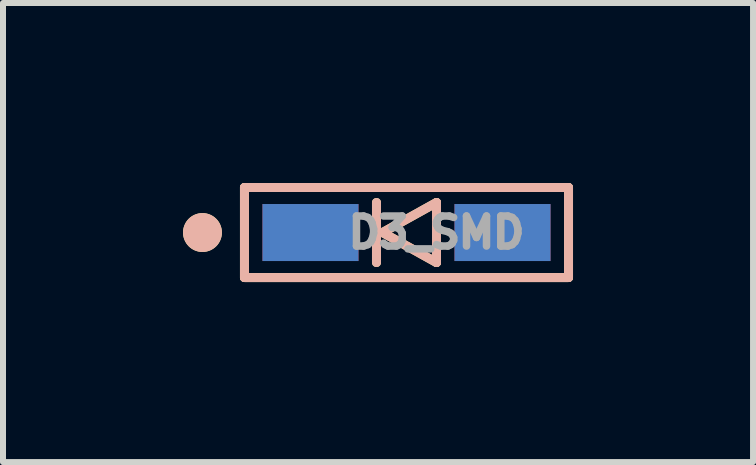
<source format=kicad_pcb>
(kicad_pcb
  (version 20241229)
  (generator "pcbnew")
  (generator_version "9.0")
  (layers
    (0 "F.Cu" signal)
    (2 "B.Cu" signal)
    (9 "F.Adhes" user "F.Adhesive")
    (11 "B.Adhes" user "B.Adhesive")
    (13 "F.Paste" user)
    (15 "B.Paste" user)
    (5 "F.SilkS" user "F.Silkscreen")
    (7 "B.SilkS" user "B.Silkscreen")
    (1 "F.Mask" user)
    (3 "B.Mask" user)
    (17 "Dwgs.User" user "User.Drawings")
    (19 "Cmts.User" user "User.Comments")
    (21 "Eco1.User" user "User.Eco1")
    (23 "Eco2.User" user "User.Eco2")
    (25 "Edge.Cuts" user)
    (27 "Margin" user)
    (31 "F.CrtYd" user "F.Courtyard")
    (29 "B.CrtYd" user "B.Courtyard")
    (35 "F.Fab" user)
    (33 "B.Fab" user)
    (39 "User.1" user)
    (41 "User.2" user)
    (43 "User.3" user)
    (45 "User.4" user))
  (footprint "D3_SMD"
    (layer "F.Cu")
    (at 3.724 0.825)
    (property "Reference" "D3_SMD" (at 0.5 0 0) (layer "F.Fab") (effects (font (size 0.5 0.5) (thickness 0.125))))
    (attr smd)
    (fp_line (start -2.7 -0.75) (end -2.7 0.75) (stroke (width 0.15) (type solid)) (layer "F.SilkS"))
    (fp_line (start -2.7 0.75) (end 2.7 0.75) (stroke (width 0.15) (type solid)) (layer "F.SilkS"))
    (fp_line (start -0.5 -0.5) (end -0.5 0.5) (stroke (width 0.15) (type solid)) (layer "F.SilkS"))
    (fp_line (start -0.4 0) (end 0.5 -0.5) (stroke (width 0.15) (type solid)) (layer "F.SilkS"))
    (fp_line (start 0.5 -0.5) (end 0.5 0.5) (stroke (width 0.15) (type solid)) (layer "F.SilkS"))
    (fp_line (start 0.5 0.5) (end -0.4 0) (stroke (width 0.15) (type solid)) (layer "F.SilkS"))
    (fp_line (start 2.7 -0.75) (end -2.7 -0.75) (stroke (width 0.15) (type solid)) (layer "F.SilkS"))
    (fp_line (start 2.7 -0.75) (end 2.7 0.75) (stroke (width 0.15) (type solid)) (layer "F.SilkS"))
    (fp_circle (center -3.4 0) (end -3.3 0.2) (stroke (width 0.2) (type solid)) (fill yes) (layer "F.SilkS"))
    (fp_line (start -2.7 -0.75) (end -2.7 0.75) (stroke (width 0.15) (type solid)) (layer "B.SilkS"))
    (fp_line (start -2.7 0.75) (end 2.7 0.75) (stroke (width 0.15) (type solid)) (layer "B.SilkS"))
    (fp_line (start -0.5 -0.5) (end -0.5 0.5) (stroke (width 0.15) (type solid)) (layer "B.SilkS"))
    (fp_line (start -0.4 0) (end 0.5 -0.5) (stroke (width 0.15) (type solid)) (layer "B.SilkS"))
    (fp_line (start 0.5 -0.5) (end 0.5 0.5) (stroke (width 0.15) (type solid)) (layer "B.SilkS"))
    (fp_line (start 0.5 0.5) (end -0.4 0) (stroke (width 0.15) (type solid)) (layer "B.SilkS"))
    (fp_line (start 2.7 -0.75) (end -2.7 -0.75) (stroke (width 0.15) (type solid)) (layer "B.SilkS"))
    (fp_line (start 2.7 0.75) (end 2.7 -0.75) (stroke (width 0.15) (type solid)) (layer "B.SilkS"))
    (fp_circle (center -3.4 0) (end -3.3 0.2) (stroke (width 0.2) (type solid)) (fill yes) (layer "B.SilkS"))
    (pad "1" smd rect (at -1.6 0) (size 1.6 0.95) (layers "F.Cu" "F.Mask" "F.Paste"))
    (pad "1" smd rect (at -1.6 0) (size 1.6 0.95) (layers "B.Cu" "B.Mask" "B.Paste"))
    (pad "2" smd rect (at 1.6 0) (size 1.6 0.95) (layers "F.Cu" "F.Mask" "F.Paste"))
    (pad "2" smd rect (at 1.6 0) (size 1.6 0.95) (layers "B.Cu" "B.Mask" "B.Paste")))
  (gr_rect
    (start -3 -3)
    (end 9.499 4.65)
    (stroke (width 0.1) (type default))
    (fill no)
    (layer "Edge.Cuts")))
</source>
